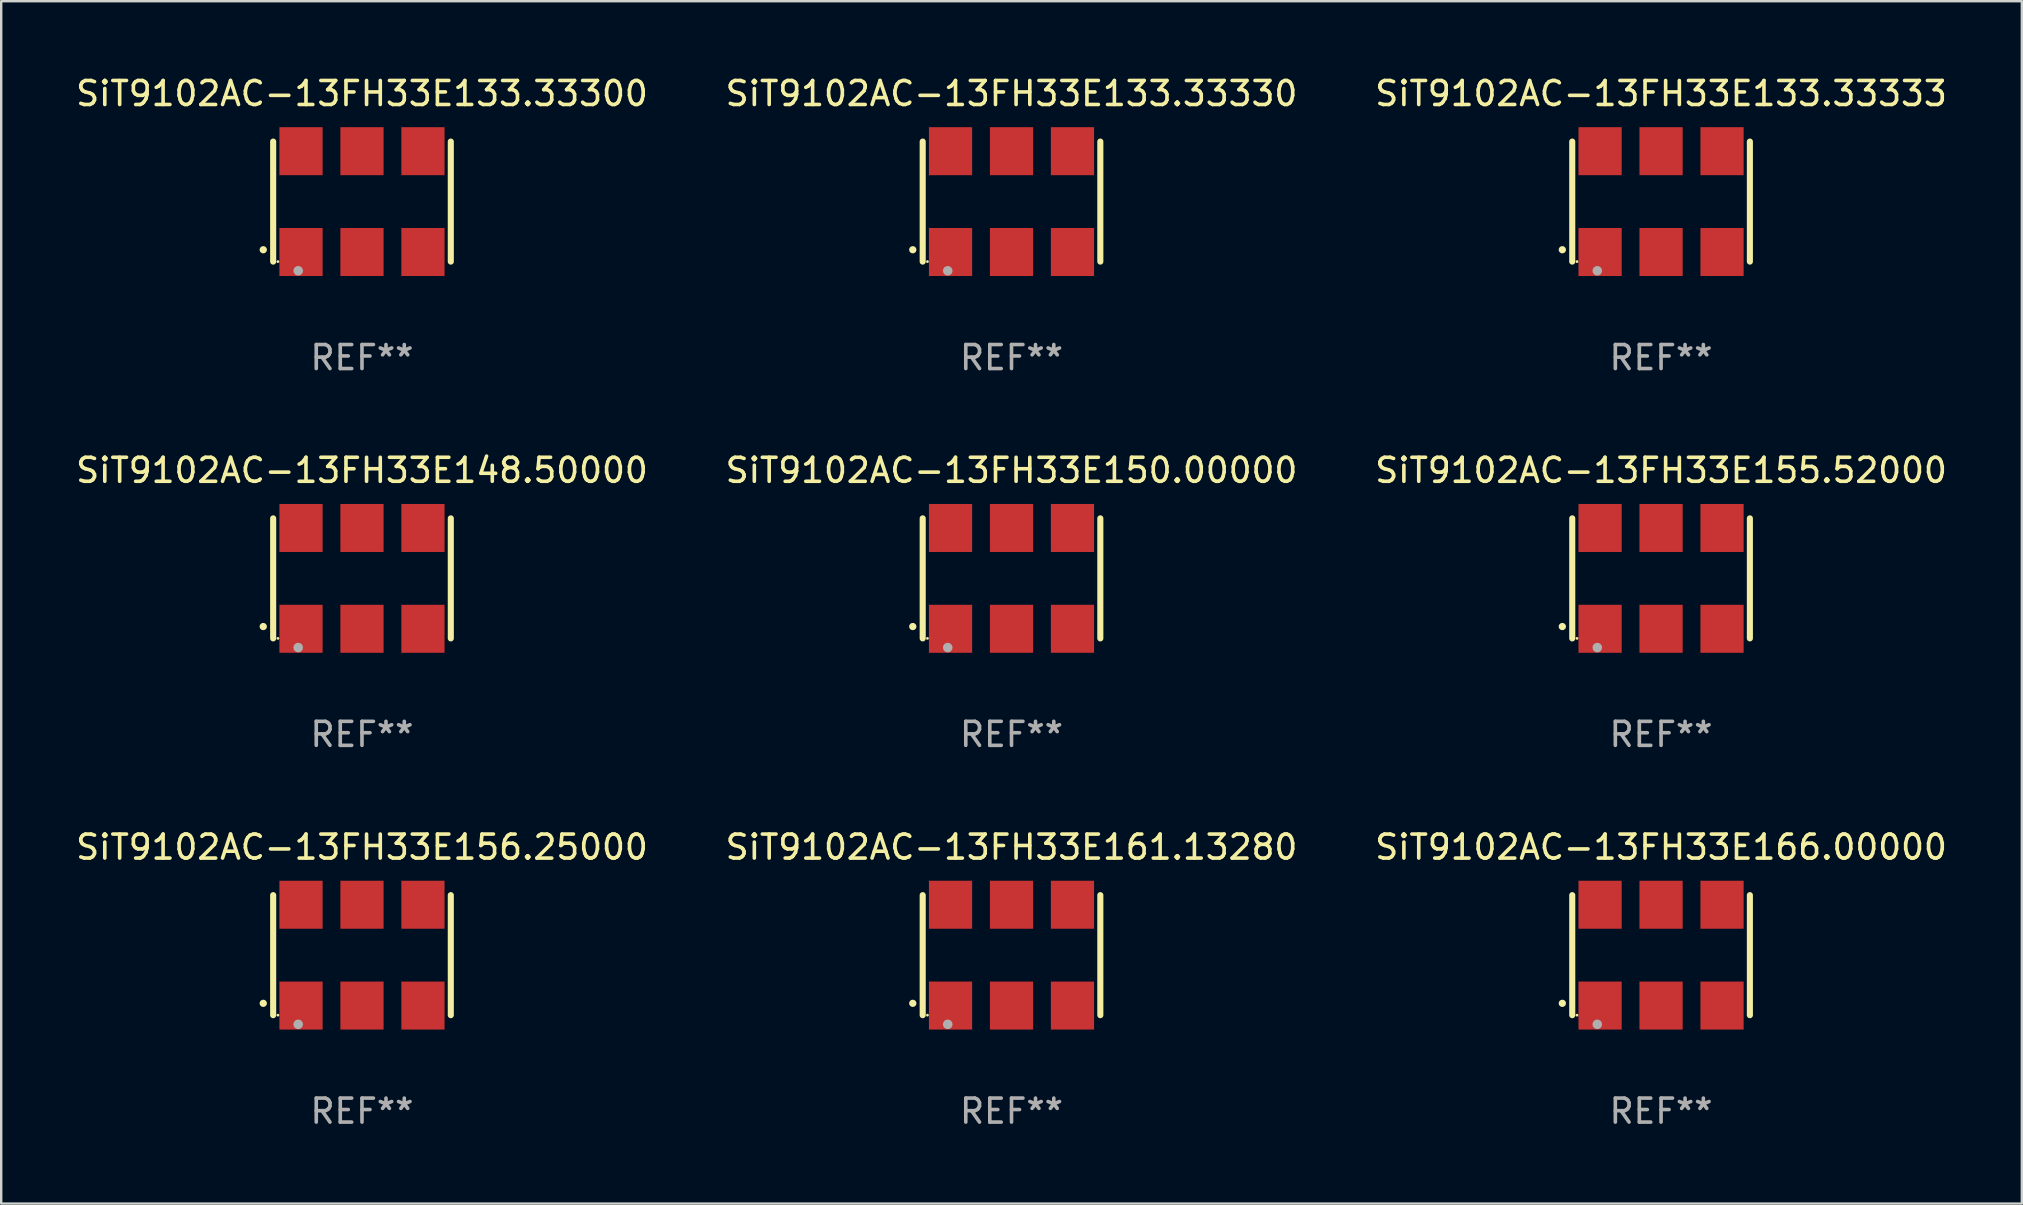
<source format=kicad_pcb>
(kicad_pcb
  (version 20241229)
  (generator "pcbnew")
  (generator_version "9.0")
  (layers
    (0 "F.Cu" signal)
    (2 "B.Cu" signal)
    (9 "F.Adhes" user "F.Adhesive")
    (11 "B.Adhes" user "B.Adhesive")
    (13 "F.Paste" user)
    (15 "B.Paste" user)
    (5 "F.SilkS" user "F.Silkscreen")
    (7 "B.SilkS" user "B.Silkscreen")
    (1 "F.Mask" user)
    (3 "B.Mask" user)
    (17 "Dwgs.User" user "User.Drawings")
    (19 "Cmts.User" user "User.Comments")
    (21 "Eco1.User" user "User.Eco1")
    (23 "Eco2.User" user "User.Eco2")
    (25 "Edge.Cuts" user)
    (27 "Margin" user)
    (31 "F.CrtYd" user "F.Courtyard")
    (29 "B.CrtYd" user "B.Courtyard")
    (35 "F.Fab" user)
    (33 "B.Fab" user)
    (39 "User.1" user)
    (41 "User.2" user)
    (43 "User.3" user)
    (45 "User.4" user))
  (footprint "SiT9102AC-13FH33E150.00000"
    (layer "F.Cu")
    (at 39.089 21.045)
    (property "Reference" "SiT9102AC-13FH33E150.00000" (at 0 -4.5 0) (layer "F.SilkS") (effects (font (size 1 1) (thickness 0.15))))
    (attr through_hole)
    (fp_line (start -3.7 -2.5) (end -3.7 2.5) (stroke (width 0.254) (type solid)) (layer "F.SilkS"))
    (fp_line (start 3.7 -2.5) (end 3.7 2.5) (stroke (width 0.254) (type solid)) (layer "F.SilkS"))
    (fp_arc (start -4.114415 2.006604) (mid -4.113145 2.006599) (end -4.111875 2.006604) (stroke (width 0.3) (type solid)) (layer "F.SilkS"))
    (fp_circle (center -3.502 2.5) (end -3.472 2.5) (stroke (width 0.06) (type solid)) (fill no) (layer "F.SilkS"))
    (fp_circle (center -2.657 2.882) (end -2.557 2.882) (stroke (width 0.2) (type solid)) (fill no) (layer "F.Fab"))
    (fp_text user "REF**" (at 0 6.5 0) (layer "F.Fab") (effects (font (size 1 1) (thickness 0.15))))
    (pad "1" smd rect (at -2.54 2.1) (size 1.8 2) (layers "F.Cu" "F.Mask" "F.Paste"))
    (pad "2" smd rect (at 0.000394 2.1) (size 1.8 2) (layers "F.Cu" "F.Mask" "F.Paste"))
    (pad "3" smd rect (at 2.54 2.1) (size 1.8 2) (layers "F.Cu" "F.Mask" "F.Paste"))
    (pad "4" smd rect (at 2.54 -2.1) (size 1.8 2) (layers "F.Cu" "F.Mask" "F.Paste"))
    (pad "5" smd rect (at 0.000394 -2.1) (size 1.8 2) (layers "F.Cu" "F.Mask" "F.Paste"))
    (pad "6" smd rect (at -2.54 -2.1) (size 1.8 2) (layers "F.Cu" "F.Mask" "F.Paste")))
  (footprint "SiT9102AC-13FH33E166.00000"
    (layer "F.Cu")
    (at 66.149 36.741)
    (property "Reference" "SiT9102AC-13FH33E166.00000" (at 0 -4.5 0) (layer "F.SilkS") (effects (font (size 1 1) (thickness 0.15))))
    (attr through_hole)
    (fp_line (start -3.7 -2.5) (end -3.7 2.5) (stroke (width 0.254) (type solid)) (layer "F.SilkS"))
    (fp_line (start 3.7 -2.5) (end 3.7 2.5) (stroke (width 0.254) (type solid)) (layer "F.SilkS"))
    (fp_arc (start -4.114415 2.006604) (mid -4.113145 2.006599) (end -4.111875 2.006604) (stroke (width 0.3) (type solid)) (layer "F.SilkS"))
    (fp_circle (center -3.502 2.5) (end -3.472 2.5) (stroke (width 0.06) (type solid)) (fill no) (layer "F.SilkS"))
    (fp_circle (center -2.657 2.882) (end -2.557 2.882) (stroke (width 0.2) (type solid)) (fill no) (layer "F.Fab"))
    (fp_text user "REF**" (at 0 6.5 0) (layer "F.Fab") (effects (font (size 1 1) (thickness 0.15))))
    (pad "1" smd rect (at -2.54 2.1) (size 1.8 2) (layers "F.Cu" "F.Mask" "F.Paste"))
    (pad "2" smd rect (at 0.000394 2.1) (size 1.8 2) (layers "F.Cu" "F.Mask" "F.Paste"))
    (pad "3" smd rect (at 2.54 2.1) (size 1.8 2) (layers "F.Cu" "F.Mask" "F.Paste"))
    (pad "4" smd rect (at 2.54 -2.1) (size 1.8 2) (layers "F.Cu" "F.Mask" "F.Paste"))
    (pad "5" smd rect (at 0.000394 -2.1) (size 1.8 2) (layers "F.Cu" "F.Mask" "F.Paste"))
    (pad "6" smd rect (at -2.54 -2.1) (size 1.8 2) (layers "F.Cu" "F.Mask" "F.Paste")))
  (footprint "SiT9102AC-13FH33E155.52000"
    (layer "F.Cu")
    (at 66.149 21.045)
    (property "Reference" "SiT9102AC-13FH33E155.52000" (at 0 -4.5 0) (layer "F.SilkS") (effects (font (size 1 1) (thickness 0.15))))
    (attr through_hole)
    (fp_line (start -3.7 -2.5) (end -3.7 2.5) (stroke (width 0.254) (type solid)) (layer "F.SilkS"))
    (fp_line (start 3.7 -2.5) (end 3.7 2.5) (stroke (width 0.254) (type solid)) (layer "F.SilkS"))
    (fp_arc (start -4.114415 2.006604) (mid -4.113145 2.006599) (end -4.111875 2.006604) (stroke (width 0.3) (type solid)) (layer "F.SilkS"))
    (fp_circle (center -3.502 2.5) (end -3.472 2.5) (stroke (width 0.06) (type solid)) (fill no) (layer "F.SilkS"))
    (fp_circle (center -2.657 2.882) (end -2.557 2.882) (stroke (width 0.2) (type solid)) (fill no) (layer "F.Fab"))
    (fp_text user "REF**" (at 0 6.5 0) (layer "F.Fab") (effects (font (size 1 1) (thickness 0.15))))
    (pad "1" smd rect (at -2.54 2.1) (size 1.8 2) (layers "F.Cu" "F.Mask" "F.Paste"))
    (pad "2" smd rect (at 0.000394 2.1) (size 1.8 2) (layers "F.Cu" "F.Mask" "F.Paste"))
    (pad "3" smd rect (at 2.54 2.1) (size 1.8 2) (layers "F.Cu" "F.Mask" "F.Paste"))
    (pad "4" smd rect (at 2.54 -2.1) (size 1.8 2) (layers "F.Cu" "F.Mask" "F.Paste"))
    (pad "5" smd rect (at 0.000394 -2.1) (size 1.8 2) (layers "F.Cu" "F.Mask" "F.Paste"))
    (pad "6" smd rect (at -2.54 -2.1) (size 1.8 2) (layers "F.Cu" "F.Mask" "F.Paste")))
  (footprint "SiT9102AC-13FH33E156.25000"
    (layer "F.Cu")
    (at 12.03 36.741)
    (property "Reference" "SiT9102AC-13FH33E156.25000" (at 0 -4.5 0) (layer "F.SilkS") (effects (font (size 1 1) (thickness 0.15))))
    (attr through_hole)
    (fp_line (start -3.7 -2.5) (end -3.7 2.5) (stroke (width 0.254) (type solid)) (layer "F.SilkS"))
    (fp_line (start 3.7 -2.5) (end 3.7 2.5) (stroke (width 0.254) (type solid)) (layer "F.SilkS"))
    (fp_arc (start -4.114415 2.006604) (mid -4.113145 2.006599) (end -4.111875 2.006604) (stroke (width 0.3) (type solid)) (layer "F.SilkS"))
    (fp_circle (center -3.502 2.5) (end -3.472 2.5) (stroke (width 0.06) (type solid)) (fill no) (layer "F.SilkS"))
    (fp_circle (center -2.657 2.882) (end -2.557 2.882) (stroke (width 0.2) (type solid)) (fill no) (layer "F.Fab"))
    (fp_text user "REF**" (at 0 6.5 0) (layer "F.Fab") (effects (font (size 1 1) (thickness 0.15))))
    (pad "1" smd rect (at -2.54 2.1) (size 1.8 2) (layers "F.Cu" "F.Mask" "F.Paste"))
    (pad "2" smd rect (at 0.000394 2.1) (size 1.8 2) (layers "F.Cu" "F.Mask" "F.Paste"))
    (pad "3" smd rect (at 2.54 2.1) (size 1.8 2) (layers "F.Cu" "F.Mask" "F.Paste"))
    (pad "4" smd rect (at 2.54 -2.1) (size 1.8 2) (layers "F.Cu" "F.Mask" "F.Paste"))
    (pad "5" smd rect (at 0.000394 -2.1) (size 1.8 2) (layers "F.Cu" "F.Mask" "F.Paste"))
    (pad "6" smd rect (at -2.54 -2.1) (size 1.8 2) (layers "F.Cu" "F.Mask" "F.Paste")))
  (footprint "SiT9102AC-13FH33E133.33330"
    (layer "F.Cu")
    (at 39.089 5.348)
    (property "Reference" "SiT9102AC-13FH33E133.33330" (at 0 -4.5 0) (layer "F.SilkS") (effects (font (size 1 1) (thickness 0.15))))
    (attr through_hole)
    (fp_line (start -3.7 -2.5) (end -3.7 2.5) (stroke (width 0.254) (type solid)) (layer "F.SilkS"))
    (fp_line (start 3.7 -2.5) (end 3.7 2.5) (stroke (width 0.254) (type solid)) (layer "F.SilkS"))
    (fp_arc (start -4.114415 2.006604) (mid -4.113145 2.006599) (end -4.111875 2.006604) (stroke (width 0.3) (type solid)) (layer "F.SilkS"))
    (fp_circle (center -3.502 2.5) (end -3.472 2.5) (stroke (width 0.06) (type solid)) (fill no) (layer "F.SilkS"))
    (fp_circle (center -2.657 2.882) (end -2.557 2.882) (stroke (width 0.2) (type solid)) (fill no) (layer "F.Fab"))
    (fp_text user "REF**" (at 0 6.5 0) (layer "F.Fab") (effects (font (size 1 1) (thickness 0.15))))
    (pad "1" smd rect (at -2.54 2.1) (size 1.8 2) (layers "F.Cu" "F.Mask" "F.Paste"))
    (pad "2" smd rect (at 0.000394 2.1) (size 1.8 2) (layers "F.Cu" "F.Mask" "F.Paste"))
    (pad "3" smd rect (at 2.54 2.1) (size 1.8 2) (layers "F.Cu" "F.Mask" "F.Paste"))
    (pad "4" smd rect (at 2.54 -2.1) (size 1.8 2) (layers "F.Cu" "F.Mask" "F.Paste"))
    (pad "5" smd rect (at 0.000394 -2.1) (size 1.8 2) (layers "F.Cu" "F.Mask" "F.Paste"))
    (pad "6" smd rect (at -2.54 -2.1) (size 1.8 2) (layers "F.Cu" "F.Mask" "F.Paste")))
  (footprint "SiT9102AC-13FH33E133.33333"
    (layer "F.Cu")
    (at 66.149 5.348)
    (property "Reference" "SiT9102AC-13FH33E133.33333" (at 0 -4.5 0) (layer "F.SilkS") (effects (font (size 1 1) (thickness 0.15))))
    (attr through_hole)
    (fp_line (start -3.7 -2.5) (end -3.7 2.5) (stroke (width 0.254) (type solid)) (layer "F.SilkS"))
    (fp_line (start 3.7 -2.5) (end 3.7 2.5) (stroke (width 0.254) (type solid)) (layer "F.SilkS"))
    (fp_arc (start -4.114415 2.006604) (mid -4.113145 2.006599) (end -4.111875 2.006604) (stroke (width 0.3) (type solid)) (layer "F.SilkS"))
    (fp_circle (center -3.502 2.5) (end -3.472 2.5) (stroke (width 0.06) (type solid)) (fill no) (layer "F.SilkS"))
    (fp_circle (center -2.657 2.882) (end -2.557 2.882) (stroke (width 0.2) (type solid)) (fill no) (layer "F.Fab"))
    (fp_text user "REF**" (at 0 6.5 0) (layer "F.Fab") (effects (font (size 1 1) (thickness 0.15))))
    (pad "1" smd rect (at -2.54 2.1) (size 1.8 2) (layers "F.Cu" "F.Mask" "F.Paste"))
    (pad "2" smd rect (at 0.000394 2.1) (size 1.8 2) (layers "F.Cu" "F.Mask" "F.Paste"))
    (pad "3" smd rect (at 2.54 2.1) (size 1.8 2) (layers "F.Cu" "F.Mask" "F.Paste"))
    (pad "4" smd rect (at 2.54 -2.1) (size 1.8 2) (layers "F.Cu" "F.Mask" "F.Paste"))
    (pad "5" smd rect (at 0.000394 -2.1) (size 1.8 2) (layers "F.Cu" "F.Mask" "F.Paste"))
    (pad "6" smd rect (at -2.54 -2.1) (size 1.8 2) (layers "F.Cu" "F.Mask" "F.Paste")))
  (footprint "SiT9102AC-13FH33E133.33300"
    (layer "F.Cu")
    (at 12.03 5.348)
    (property "Reference" "SiT9102AC-13FH33E133.33300" (at 0 -4.5 0) (layer "F.SilkS") (effects (font (size 1 1) (thickness 0.15))))
    (attr through_hole)
    (fp_line (start -3.7 -2.5) (end -3.7 2.5) (stroke (width 0.254) (type solid)) (layer "F.SilkS"))
    (fp_line (start 3.7 -2.5) (end 3.7 2.5) (stroke (width 0.254) (type solid)) (layer "F.SilkS"))
    (fp_arc (start -4.114415 2.006604) (mid -4.113145 2.006599) (end -4.111875 2.006604) (stroke (width 0.3) (type solid)) (layer "F.SilkS"))
    (fp_circle (center -3.502 2.5) (end -3.472 2.5) (stroke (width 0.06) (type solid)) (fill no) (layer "F.SilkS"))
    (fp_circle (center -2.657 2.882) (end -2.557 2.882) (stroke (width 0.2) (type solid)) (fill no) (layer "F.Fab"))
    (fp_text user "REF**" (at 0 6.5 0) (layer "F.Fab") (effects (font (size 1 1) (thickness 0.15))))
    (pad "1" smd rect (at -2.54 2.1) (size 1.8 2) (layers "F.Cu" "F.Mask" "F.Paste"))
    (pad "2" smd rect (at 0.000394 2.1) (size 1.8 2) (layers "F.Cu" "F.Mask" "F.Paste"))
    (pad "3" smd rect (at 2.54 2.1) (size 1.8 2) (layers "F.Cu" "F.Mask" "F.Paste"))
    (pad "4" smd rect (at 2.54 -2.1) (size 1.8 2) (layers "F.Cu" "F.Mask" "F.Paste"))
    (pad "5" smd rect (at 0.000394 -2.1) (size 1.8 2) (layers "F.Cu" "F.Mask" "F.Paste"))
    (pad "6" smd rect (at -2.54 -2.1) (size 1.8 2) (layers "F.Cu" "F.Mask" "F.Paste")))
  (footprint "SiT9102AC-13FH33E161.13280"
    (layer "F.Cu")
    (at 39.089 36.741)
    (property "Reference" "SiT9102AC-13FH33E161.13280" (at 0 -4.5 0) (layer "F.SilkS") (effects (font (size 1 1) (thickness 0.15))))
    (attr through_hole)
    (fp_line (start -3.7 -2.5) (end -3.7 2.5) (stroke (width 0.254) (type solid)) (layer "F.SilkS"))
    (fp_line (start 3.7 -2.5) (end 3.7 2.5) (stroke (width 0.254) (type solid)) (layer "F.SilkS"))
    (fp_arc (start -4.114415 2.006604) (mid -4.113145 2.006599) (end -4.111875 2.006604) (stroke (width 0.3) (type solid)) (layer "F.SilkS"))
    (fp_circle (center -3.502 2.5) (end -3.472 2.5) (stroke (width 0.06) (type solid)) (fill no) (layer "F.SilkS"))
    (fp_circle (center -2.657 2.882) (end -2.557 2.882) (stroke (width 0.2) (type solid)) (fill no) (layer "F.Fab"))
    (fp_text user "REF**" (at 0 6.5 0) (layer "F.Fab") (effects (font (size 1 1) (thickness 0.15))))
    (pad "1" smd rect (at -2.54 2.1) (size 1.8 2) (layers "F.Cu" "F.Mask" "F.Paste"))
    (pad "2" smd rect (at 0.000394 2.1) (size 1.8 2) (layers "F.Cu" "F.Mask" "F.Paste"))
    (pad "3" smd rect (at 2.54 2.1) (size 1.8 2) (layers "F.Cu" "F.Mask" "F.Paste"))
    (pad "4" smd rect (at 2.54 -2.1) (size 1.8 2) (layers "F.Cu" "F.Mask" "F.Paste"))
    (pad "5" smd rect (at 0.000394 -2.1) (size 1.8 2) (layers "F.Cu" "F.Mask" "F.Paste"))
    (pad "6" smd rect (at -2.54 -2.1) (size 1.8 2) (layers "F.Cu" "F.Mask" "F.Paste")))
  (footprint "SiT9102AC-13FH33E148.50000"
    (layer "F.Cu")
    (at 12.03 21.045)
    (property "Reference" "SiT9102AC-13FH33E148.50000" (at 0 -4.5 0) (layer "F.SilkS") (effects (font (size 1 1) (thickness 0.15))))
    (attr through_hole)
    (fp_line (start -3.7 -2.5) (end -3.7 2.5) (stroke (width 0.254) (type solid)) (layer "F.SilkS"))
    (fp_line (start 3.7 -2.5) (end 3.7 2.5) (stroke (width 0.254) (type solid)) (layer "F.SilkS"))
    (fp_arc (start -4.114415 2.006604) (mid -4.113145 2.006599) (end -4.111875 2.006604) (stroke (width 0.3) (type solid)) (layer "F.SilkS"))
    (fp_circle (center -3.502 2.5) (end -3.472 2.5) (stroke (width 0.06) (type solid)) (fill no) (layer "F.SilkS"))
    (fp_circle (center -2.657 2.882) (end -2.557 2.882) (stroke (width 0.2) (type solid)) (fill no) (layer "F.Fab"))
    (fp_text user "REF**" (at 0 6.5 0) (layer "F.Fab") (effects (font (size 1 1) (thickness 0.15))))
    (pad "1" smd rect (at -2.54 2.1) (size 1.8 2) (layers "F.Cu" "F.Mask" "F.Paste"))
    (pad "2" smd rect (at 0.000394 2.1) (size 1.8 2) (layers "F.Cu" "F.Mask" "F.Paste"))
    (pad "3" smd rect (at 2.54 2.1) (size 1.8 2) (layers "F.Cu" "F.Mask" "F.Paste"))
    (pad "4" smd rect (at 2.54 -2.1) (size 1.8 2) (layers "F.Cu" "F.Mask" "F.Paste"))
    (pad "5" smd rect (at 0.000394 -2.1) (size 1.8 2) (layers "F.Cu" "F.Mask" "F.Paste"))
    (pad "6" smd rect (at -2.54 -2.1) (size 1.8 2) (layers "F.Cu" "F.Mask" "F.Paste")))
  (gr_rect
    (start -3 -3)
    (end 81.179 47.09)
    (stroke (width 0.1) (type default))
    (fill no)
    (layer "Edge.Cuts")))
</source>
